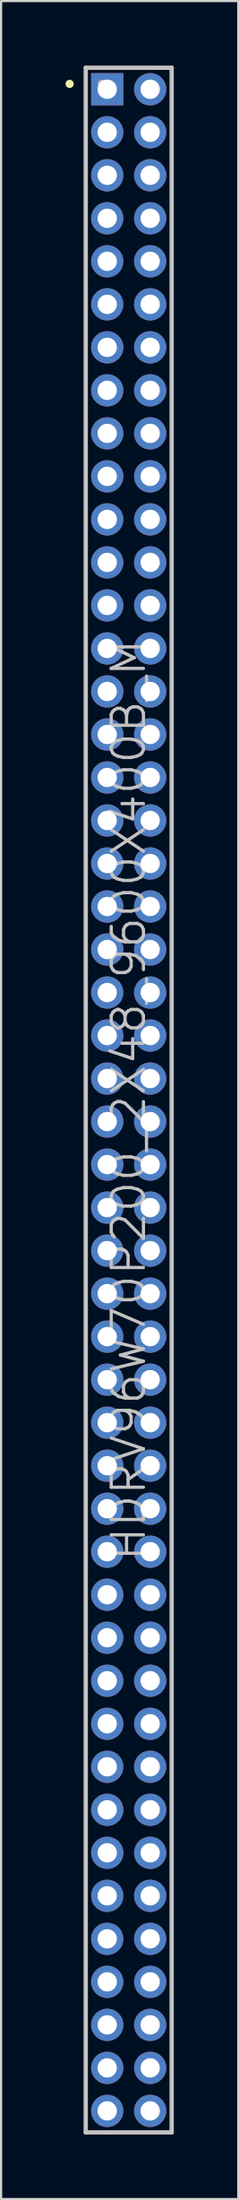
<source format=kicad_pcb>
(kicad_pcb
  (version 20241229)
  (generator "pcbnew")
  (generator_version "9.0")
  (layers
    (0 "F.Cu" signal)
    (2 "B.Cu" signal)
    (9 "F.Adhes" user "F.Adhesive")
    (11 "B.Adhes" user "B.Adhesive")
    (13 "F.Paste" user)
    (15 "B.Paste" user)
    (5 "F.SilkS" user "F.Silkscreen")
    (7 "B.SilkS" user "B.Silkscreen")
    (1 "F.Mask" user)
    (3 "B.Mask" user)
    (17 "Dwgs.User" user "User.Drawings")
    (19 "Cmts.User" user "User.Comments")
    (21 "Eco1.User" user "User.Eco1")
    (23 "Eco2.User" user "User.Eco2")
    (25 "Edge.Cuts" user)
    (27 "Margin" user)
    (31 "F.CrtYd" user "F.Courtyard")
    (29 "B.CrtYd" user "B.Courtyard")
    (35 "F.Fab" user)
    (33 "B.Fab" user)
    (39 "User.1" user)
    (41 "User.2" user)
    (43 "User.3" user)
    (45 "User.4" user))
  (footprint "HDRV96W70P200_2X48_9600X400B_M"
    (layer "F.Cu")
    (at 2.941 48.1)
    (property "Reference" "HDRV96W70P200_2X48_9600X400B_M" (at 0 0 90) (layer "Dwgs.User") (effects (font (size 1.5 1.5) (thickness 0.15))))
    (attr through_hole)
    (fp_line (start -2.75 -47.25) (end -2.75 -47.25) (stroke (width 0.381) (type solid)) (layer "F.SilkS"))
    (fp_line (start -2 -48) (end -2 48) (stroke (width 0.2) (type solid)) (layer "Dwgs.User"))
    (fp_line (start -2 -48) (end 2 -48) (stroke (width 0.2) (type solid)) (layer "Dwgs.User"))
    (fp_line (start -2 48) (end 2 48) (stroke (width 0.2) (type solid)) (layer "Dwgs.User"))
    (fp_line (start -1.25 -47.25) (end -1.25 -47.25) (stroke (width 0.381) (type solid)) (layer "Dwgs.User"))
    (fp_line (start 2 -48) (end 2 48) (stroke (width 0.2) (type solid)) (layer "Dwgs.User"))
    (pad "1" thru_hole rect (at -1 -47) (size 1.5 1.5) (drill 0.9) (layers "*.Cu" "*.Mask"))
    (pad "2" thru_hole circle (at 1 -47 270) (size 1.5 1.5) (drill 0.9) (layers "*.Cu" "*.Mask"))
    (pad "3" thru_hole circle (at -1 -45 270) (size 1.5 1.5) (drill 0.9) (layers "*.Cu" "*.Mask"))
    (pad "4" thru_hole circle (at 1 -45 270) (size 1.5 1.5) (drill 0.9) (layers "*.Cu" "*.Mask"))
    (pad "5" thru_hole circle (at -1 -43 270) (size 1.5 1.5) (drill 0.9) (layers "*.Cu" "*.Mask"))
    (pad "6" thru_hole circle (at 1 -43 270) (size 1.5 1.5) (drill 0.9) (layers "*.Cu" "*.Mask"))
    (pad "7" thru_hole circle (at -1 -41 270) (size 1.5 1.5) (drill 0.9) (layers "*.Cu" "*.Mask"))
    (pad "8" thru_hole circle (at 1 -41 270) (size 1.5 1.5) (drill 0.9) (layers "*.Cu" "*.Mask"))
    (pad "9" thru_hole circle (at -1 -39 270) (size 1.5 1.5) (drill 0.9) (layers "*.Cu" "*.Mask"))
    (pad "10" thru_hole circle (at 1 -39 270) (size 1.5 1.5) (drill 0.9) (layers "*.Cu" "*.Mask"))
    (pad "11" thru_hole circle (at -1 -37 270) (size 1.5 1.5) (drill 0.9) (layers "*.Cu" "*.Mask"))
    (pad "12" thru_hole circle (at 1 -37 270) (size 1.5 1.5) (drill 0.9) (layers "*.Cu" "*.Mask"))
    (pad "13" thru_hole circle (at -1 -35 270) (size 1.5 1.5) (drill 0.9) (layers "*.Cu" "*.Mask"))
    (pad "14" thru_hole circle (at 1 -35 270) (size 1.5 1.5) (drill 0.9) (layers "*.Cu" "*.Mask"))
    (pad "15" thru_hole circle (at -1 -33 270) (size 1.5 1.5) (drill 0.9) (layers "*.Cu" "*.Mask"))
    (pad "16" thru_hole circle (at 1 -33 270) (size 1.5 1.5) (drill 0.9) (layers "*.Cu" "*.Mask"))
    (pad "17" thru_hole circle (at -1 -31 270) (size 1.5 1.5) (drill 0.9) (layers "*.Cu" "*.Mask"))
    (pad "18" thru_hole circle (at 1 -31 270) (size 1.5 1.5) (drill 0.9) (layers "*.Cu" "*.Mask"))
    (pad "19" thru_hole circle (at -1 -29 270) (size 1.5 1.5) (drill 0.9) (layers "*.Cu" "*.Mask"))
    (pad "20" thru_hole circle (at 1 -29 270) (size 1.5 1.5) (drill 0.9) (layers "*.Cu" "*.Mask"))
    (pad "21" thru_hole circle (at -1 -27 270) (size 1.5 1.5) (drill 0.9) (layers "*.Cu" "*.Mask"))
    (pad "22" thru_hole circle (at 1 -27 270) (size 1.5 1.5) (drill 0.9) (layers "*.Cu" "*.Mask"))
    (pad "23" thru_hole circle (at -1 -25 270) (size 1.5 1.5) (drill 0.9) (layers "*.Cu" "*.Mask"))
    (pad "24" thru_hole circle (at 1 -25 270) (size 1.5 1.5) (drill 0.9) (layers "*.Cu" "*.Mask"))
    (pad "25" thru_hole circle (at -1 -23 270) (size 1.5 1.5) (drill 0.9) (layers "*.Cu" "*.Mask"))
    (pad "26" thru_hole circle (at 1 -23 270) (size 1.5 1.5) (drill 0.9) (layers "*.Cu" "*.Mask"))
    (pad "27" thru_hole circle (at -1 -21 270) (size 1.5 1.5) (drill 0.9) (layers "*.Cu" "*.Mask"))
    (pad "28" thru_hole circle (at 1 -21 270) (size 1.5 1.5) (drill 0.9) (layers "*.Cu" "*.Mask"))
    (pad "29" thru_hole circle (at -1 -19 270) (size 1.5 1.5) (drill 0.9) (layers "*.Cu" "*.Mask"))
    (pad "30" thru_hole circle (at 1 -19 270) (size 1.5 1.5) (drill 0.9) (layers "*.Cu" "*.Mask"))
    (pad "31" thru_hole circle (at -1 -17 270) (size 1.5 1.5) (drill 0.9) (layers "*.Cu" "*.Mask"))
    (pad "32" thru_hole circle (at 1 -17 270) (size 1.5 1.5) (drill 0.9) (layers "*.Cu" "*.Mask"))
    (pad "33" thru_hole circle (at -1 -15 270) (size 1.5 1.5) (drill 0.9) (layers "*.Cu" "*.Mask"))
    (pad "34" thru_hole circle (at 1 -15 270) (size 1.5 1.5) (drill 0.9) (layers "*.Cu" "*.Mask"))
    (pad "35" thru_hole circle (at -1 -13 270) (size 1.5 1.5) (drill 0.9) (layers "*.Cu" "*.Mask"))
    (pad "36" thru_hole circle (at 1 -13 270) (size 1.5 1.5) (drill 0.9) (layers "*.Cu" "*.Mask"))
    (pad "37" thru_hole circle (at -1 -11 270) (size 1.5 1.5) (drill 0.9) (layers "*.Cu" "*.Mask"))
    (pad "38" thru_hole circle (at 1 -11 270) (size 1.5 1.5) (drill 0.9) (layers "*.Cu" "*.Mask"))
    (pad "39" thru_hole circle (at -1 -9 270) (size 1.5 1.5) (drill 0.9) (layers "*.Cu" "*.Mask"))
    (pad "40" thru_hole circle (at 1 -9 270) (size 1.5 1.5) (drill 0.9) (layers "*.Cu" "*.Mask"))
    (pad "41" thru_hole circle (at -1 -7 270) (size 1.5 1.5) (drill 0.9) (layers "*.Cu" "*.Mask"))
    (pad "42" thru_hole circle (at 1 -7 270) (size 1.5 1.5) (drill 0.9) (layers "*.Cu" "*.Mask"))
    (pad "43" thru_hole circle (at -1 -5 270) (size 1.5 1.5) (drill 0.9) (layers "*.Cu" "*.Mask"))
    (pad "44" thru_hole circle (at 1 -5 270) (size 1.5 1.5) (drill 0.9) (layers "*.Cu" "*.Mask"))
    (pad "45" thru_hole circle (at -1 -3 270) (size 1.5 1.5) (drill 0.9) (layers "*.Cu" "*.Mask"))
    (pad "46" thru_hole circle (at 1 -3 270) (size 1.5 1.5) (drill 0.9) (layers "*.Cu" "*.Mask"))
    (pad "47" thru_hole circle (at -1 -1 270) (size 1.5 1.5) (drill 0.9) (layers "*.Cu" "*.Mask"))
    (pad "48" thru_hole circle (at 1 -1 270) (size 1.5 1.5) (drill 0.9) (layers "*.Cu" "*.Mask"))
    (pad "49" thru_hole circle (at -1 1 270) (size 1.5 1.5) (drill 0.9) (layers "*.Cu" "*.Mask"))
    (pad "50" thru_hole circle (at 1 1 270) (size 1.5 1.5) (drill 0.9) (layers "*.Cu" "*.Mask"))
    (pad "51" thru_hole circle (at -1 3 270) (size 1.5 1.5) (drill 0.9) (layers "*.Cu" "*.Mask"))
    (pad "52" thru_hole circle (at 1 3 270) (size 1.5 1.5) (drill 0.9) (layers "*.Cu" "*.Mask"))
    (pad "53" thru_hole circle (at -1 5 270) (size 1.5 1.5) (drill 0.9) (layers "*.Cu" "*.Mask"))
    (pad "54" thru_hole circle (at 1 5 270) (size 1.5 1.5) (drill 0.9) (layers "*.Cu" "*.Mask"))
    (pad "55" thru_hole circle (at -1 7 270) (size 1.5 1.5) (drill 0.9) (layers "*.Cu" "*.Mask"))
    (pad "56" thru_hole circle (at 1 7 270) (size 1.5 1.5) (drill 0.9) (layers "*.Cu" "*.Mask"))
    (pad "57" thru_hole circle (at -1 9 270) (size 1.5 1.5) (drill 0.9) (layers "*.Cu" "*.Mask"))
    (pad "58" thru_hole circle (at 1 9 270) (size 1.5 1.5) (drill 0.9) (layers "*.Cu" "*.Mask"))
    (pad "59" thru_hole circle (at -1 11 270) (size 1.5 1.5) (drill 0.9) (layers "*.Cu" "*.Mask"))
    (pad "60" thru_hole circle (at 1 11 270) (size 1.5 1.5) (drill 0.9) (layers "*.Cu" "*.Mask"))
    (pad "61" thru_hole circle (at -1 13 270) (size 1.5 1.5) (drill 0.9) (layers "*.Cu" "*.Mask"))
    (pad "62" thru_hole circle (at 1 13 270) (size 1.5 1.5) (drill 0.9) (layers "*.Cu" "*.Mask"))
    (pad "63" thru_hole circle (at -1 15 270) (size 1.5 1.5) (drill 0.9) (layers "*.Cu" "*.Mask"))
    (pad "64" thru_hole circle (at 1 15 270) (size 1.5 1.5) (drill 0.9) (layers "*.Cu" "*.Mask"))
    (pad "65" thru_hole circle (at -1 17 270) (size 1.5 1.5) (drill 0.9) (layers "*.Cu" "*.Mask"))
    (pad "66" thru_hole circle (at 1 17 270) (size 1.5 1.5) (drill 0.9) (layers "*.Cu" "*.Mask"))
    (pad "67" thru_hole circle (at -1 19 270) (size 1.5 1.5) (drill 0.9) (layers "*.Cu" "*.Mask"))
    (pad "68" thru_hole circle (at 1 19 270) (size 1.5 1.5) (drill 0.9) (layers "*.Cu" "*.Mask"))
    (pad "69" thru_hole circle (at -1 21 270) (size 1.5 1.5) (drill 0.9) (layers "*.Cu" "*.Mask"))
    (pad "70" thru_hole circle (at 1 21 270) (size 1.5 1.5) (drill 0.9) (layers "*.Cu" "*.Mask"))
    (pad "71" thru_hole circle (at -1 23 270) (size 1.5 1.5) (drill 0.9) (layers "*.Cu" "*.Mask"))
    (pad "72" thru_hole circle (at 1 23 270) (size 1.5 1.5) (drill 0.9) (layers "*.Cu" "*.Mask"))
    (pad "73" thru_hole circle (at -1 25 270) (size 1.5 1.5) (drill 0.9) (layers "*.Cu" "*.Mask"))
    (pad "74" thru_hole circle (at 1 25 270) (size 1.5 1.5) (drill 0.9) (layers "*.Cu" "*.Mask"))
    (pad "75" thru_hole circle (at -1 27 270) (size 1.5 1.5) (drill 0.9) (layers "*.Cu" "*.Mask"))
    (pad "76" thru_hole circle (at 1 27 270) (size 1.5 1.5) (drill 0.9) (layers "*.Cu" "*.Mask"))
    (pad "77" thru_hole circle (at -1 29 270) (size 1.5 1.5) (drill 0.9) (layers "*.Cu" "*.Mask"))
    (pad "78" thru_hole circle (at 1 29 270) (size 1.5 1.5) (drill 0.9) (layers "*.Cu" "*.Mask"))
    (pad "79" thru_hole circle (at -1 31 270) (size 1.5 1.5) (drill 0.9) (layers "*.Cu" "*.Mask"))
    (pad "80" thru_hole circle (at 1 31 270) (size 1.5 1.5) (drill 0.9) (layers "*.Cu" "*.Mask"))
    (pad "81" thru_hole circle (at -1 33 270) (size 1.5 1.5) (drill 0.9) (layers "*.Cu" "*.Mask"))
    (pad "82" thru_hole circle (at 1 33 270) (size 1.5 1.5) (drill 0.9) (layers "*.Cu" "*.Mask"))
    (pad "83" thru_hole circle (at -1 35 270) (size 1.5 1.5) (drill 0.9) (layers "*.Cu" "*.Mask"))
    (pad "84" thru_hole circle (at 1 35 270) (size 1.5 1.5) (drill 0.9) (layers "*.Cu" "*.Mask"))
    (pad "85" thru_hole circle (at -1 37 270) (size 1.5 1.5) (drill 0.9) (layers "*.Cu" "*.Mask"))
    (pad "86" thru_hole circle (at 1 37 270) (size 1.5 1.5) (drill 0.9) (layers "*.Cu" "*.Mask"))
    (pad "87" thru_hole circle (at -1 39 270) (size 1.5 1.5) (drill 0.9) (layers "*.Cu" "*.Mask"))
    (pad "88" thru_hole circle (at 1 39 270) (size 1.5 1.5) (drill 0.9) (layers "*.Cu" "*.Mask"))
    (pad "89" thru_hole circle (at -1 41 270) (size 1.5 1.5) (drill 0.9) (layers "*.Cu" "*.Mask"))
    (pad "90" thru_hole circle (at 1 41 270) (size 1.5 1.5) (drill 0.9) (layers "*.Cu" "*.Mask"))
    (pad "91" thru_hole circle (at -1 43 270) (size 1.5 1.5) (drill 0.9) (layers "*.Cu" "*.Mask"))
    (pad "92" thru_hole circle (at 1 43 270) (size 1.5 1.5) (drill 0.9) (layers "*.Cu" "*.Mask"))
    (pad "93" thru_hole circle (at -1 45 270) (size 1.5 1.5) (drill 0.9) (layers "*.Cu" "*.Mask"))
    (pad "94" thru_hole circle (at 1 45 270) (size 1.5 1.5) (drill 0.9) (layers "*.Cu" "*.Mask"))
    (pad "95" thru_hole circle (at -1 47 270) (size 1.5 1.5) (drill 0.9) (layers "*.Cu" "*.Mask"))
    (pad "96" thru_hole circle (at 1 47 270) (size 1.5 1.5) (drill 0.9) (layers "*.Cu" "*.Mask")))
  (gr_rect
    (start -3 -3)
    (end 8.04 99.2)
    (stroke (width 0.1) (type default))
    (fill no)
    (layer "Edge.Cuts")))
</source>
